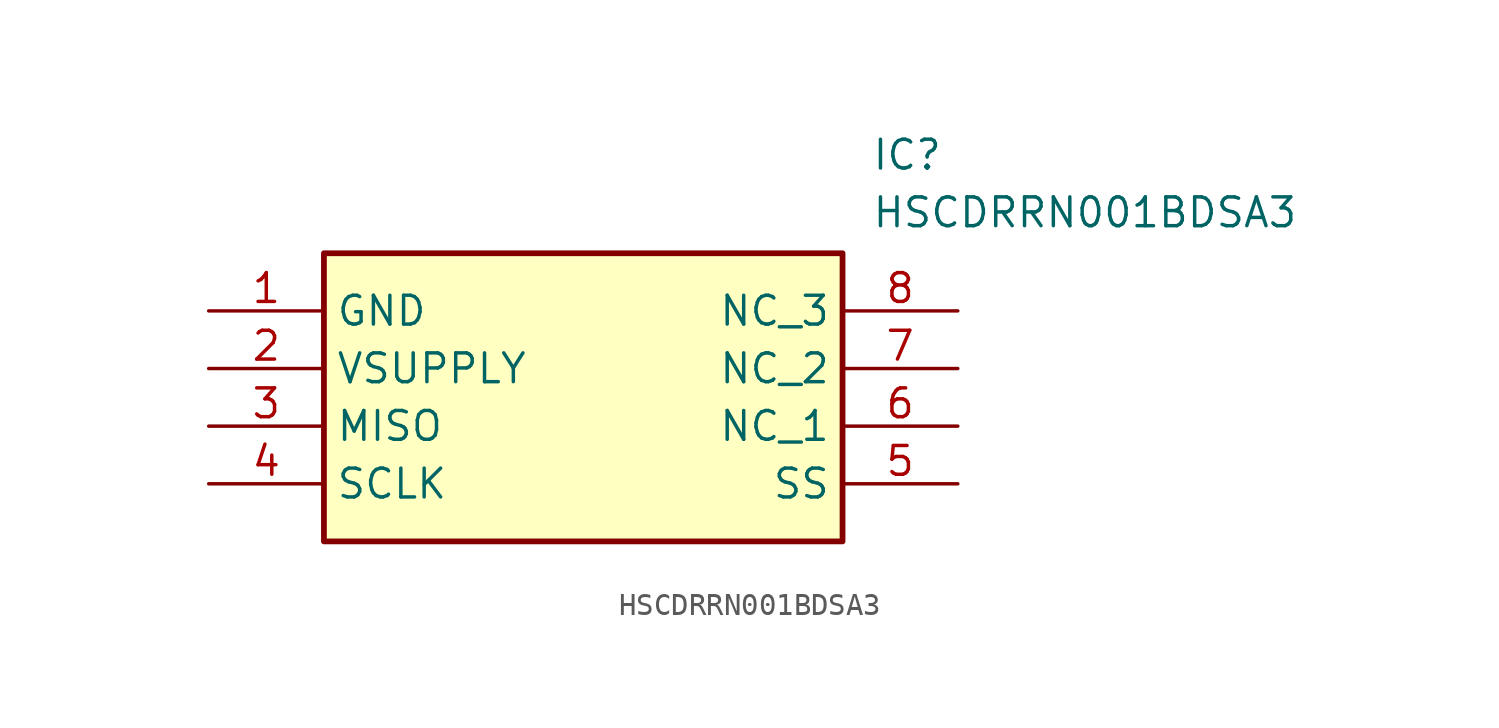
<source format=kicad_sym>
(kicad_symbol_lib
  (version 20211014)
  (generator SamacSys_ECAD_Model)
  (symbol "HSCDRRN001BDSA3"
    (property "Reference" "IC"
      (at 29.21 7.62 0)
      (effects (font (size 1.27 1.27)) (justify left top)))
    (property "Value" "HSCDRRN001BDSA3"
      (at 29.21 5.08 0)
      (effects (font (size 1.27 1.27)) (justify left top)))
    (rectangle
      (start 5.08 2.54)
      (end 27.94 -10.16)
      (stroke (width 0.254) (type default))
      (fill (type background)))
    (pin passive line
      (at 0 0 0)
      (length 5.08)
      (name "GND" (effects (font (size 1.27 1.27))))
      (number "1" (effects (font (size 1.27 1.27)))))
    (pin passive line
      (at 0 -2.54 0)
      (length 5.08)
      (name "VSUPPLY" (effects (font (size 1.27 1.27))))
      (number "2" (effects (font (size 1.27 1.27)))))
    (pin passive line
      (at 0 -5.08 0)
      (length 5.08)
      (name "MISO" (effects (font (size 1.27 1.27))))
      (number "3" (effects (font (size 1.27 1.27)))))
    (pin passive line
      (at 0 -7.62 0)
      (length 5.08)
      (name "SCLK" (effects (font (size 1.27 1.27))))
      (number "4" (effects (font (size 1.27 1.27)))))
    (pin passive line
      (at 33.02 -7.62 180)
      (length 5.08)
      (name "SS" (effects (font (size 1.27 1.27))))
      (number "5" (effects (font (size 1.27 1.27)))))
    (pin passive line
      (at 33.02 -5.08 180)
      (length 5.08)
      (name "NC_1" (effects (font (size 1.27 1.27))))
      (number "6" (effects (font (size 1.27 1.27)))))
    (pin passive line
      (at 33.02 -2.54 180)
      (length 5.08)
      (name "NC_2" (effects (font (size 1.27 1.27))))
      (number "7" (effects (font (size 1.27 1.27)))))
    (pin passive line
      (at 33.02 0 180)
      (length 5.08)
      (name "NC_3" (effects (font (size 1.27 1.27))))
      (number "8" (effects (font (size 1.27 1.27)))))))
</source>
